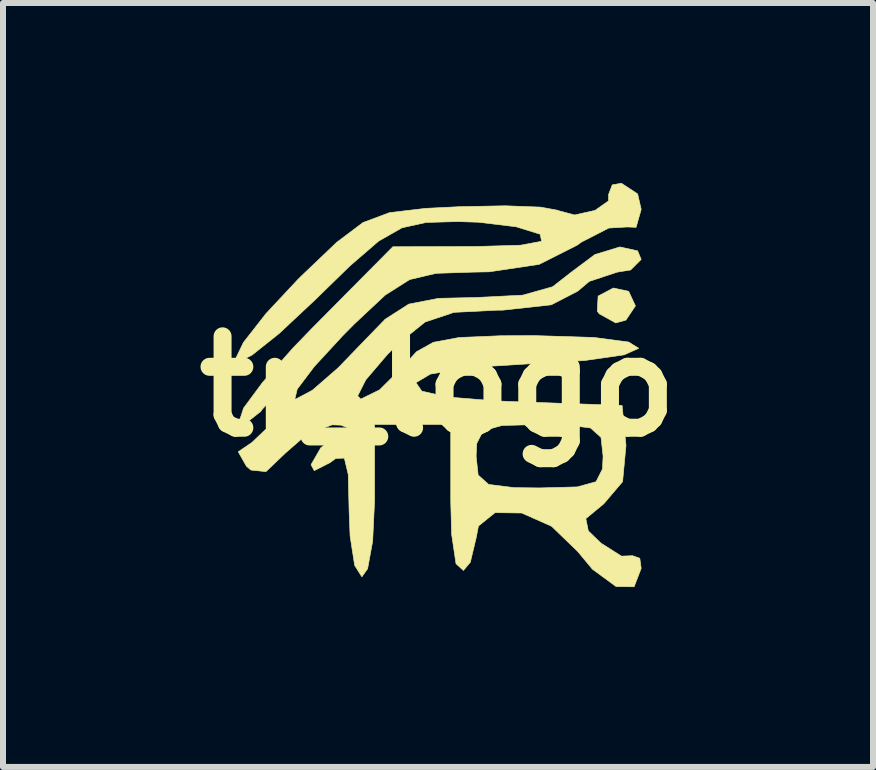
<source format=kicad_pcb>
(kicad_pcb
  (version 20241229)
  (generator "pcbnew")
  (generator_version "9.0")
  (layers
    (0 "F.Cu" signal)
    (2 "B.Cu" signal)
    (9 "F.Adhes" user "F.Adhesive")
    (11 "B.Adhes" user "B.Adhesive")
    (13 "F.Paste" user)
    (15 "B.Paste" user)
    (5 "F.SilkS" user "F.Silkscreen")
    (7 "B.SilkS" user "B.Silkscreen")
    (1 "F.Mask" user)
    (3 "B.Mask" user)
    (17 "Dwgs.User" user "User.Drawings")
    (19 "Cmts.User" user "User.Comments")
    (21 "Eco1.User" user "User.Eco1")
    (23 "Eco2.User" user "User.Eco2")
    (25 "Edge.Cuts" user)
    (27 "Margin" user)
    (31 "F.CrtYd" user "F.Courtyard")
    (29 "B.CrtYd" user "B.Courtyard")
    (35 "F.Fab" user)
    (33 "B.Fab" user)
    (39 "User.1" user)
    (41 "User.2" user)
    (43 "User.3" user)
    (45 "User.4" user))
  (footprint "tr_logo"
    (layer "F.Cu")
    (at 4.253 3.392)
    (property "Reference" "tr_logo" (at 0 0 0) (layer "F.SilkS") (effects (font (size 1.524 1.524) (thickness 0.3))))
    (attr through_hole)
    (fp_poly (pts (xy 3.178 -1.585) (xy 3.291 -1.342) (xy 3.132 -1.105) (xy 2.963 -1.058) (xy 2.687 -1.211) (xy 2.655 -1.255) (xy 2.669 -1.506) (xy 2.923 -1.64) (xy 3.178 -1.585)) (stroke (width 0.01) (type solid)) (fill yes) (layer "F.SilkS"))
    (fp_poly (pts (xy 3.328 -3.209) (xy 3.387 -2.951) (xy 3.302 -2.652) (xy 3.155 -2.658) (xy 2.847 -2.64) (xy 2.393 -2.407) (xy 2.317 -2.353) (xy 1.685 -2.034) (xy 0.851 -1.91) (xy 0.583 -1.905) (xy -0.032 -1.885) (xy -0.473 -1.781) (xy -0.88 -1.523) (xy -1.393 -1.043) (xy -1.587 -0.847) (xy -2.062 -0.332) (xy -2.347 0.045) (xy -2.387 0.21) (xy -2.373 0.212) (xy -2.096 0.065) (xy -1.663 -0.311) (xy -1.351 -0.635) (xy -0.881 -1.12) (xy -0.487 -1.372) (xy 0.008 -1.468) (xy 0.627 -1.482) (xy 1.412 -1.521) (xy 1.91 -1.661) (xy 2.223 -1.905) (xy 2.615 -2.198) (xy 3.031 -2.325) (xy 3.327 -2.26) (xy 3.387 -2.117) (xy 3.211 -1.941) (xy 2.989 -1.905) (xy 2.522 -1.751) (xy 2.328 -1.587) (xy 1.888 -1.36) (xy 1.08 -1.271) (xy 0.968 -1.27) (xy 0.265 -1.234) (xy -0.216 -1.073) (xy -0.672 -0.706) (xy -0.847 -0.529) (xy -1.205 -0.109) (xy -1.34 0.159) (xy -1.289 0.212) (xy -0.975 0.058) (xy -0.603 -0.311) (xy -0.597 -0.318) (xy -0.359 -0.578) (xy -0.078 -0.735) (xy 0.351 -0.815) (xy 1.036 -0.844) (xy 1.603 -0.847) (xy 2.599 -0.816) (xy 3.179 -0.739) (xy 3.346 -0.635) (xy 3.102 -0.526) (xy 2.449 -0.432) (xy 1.552 -0.379) (xy 0.518 -0.314) (xy -0.128 -0.205) (xy -0.368 -0.062) (xy -0.271 0.079) (xy 0.155 0.177) (xy 0.95 0.241) (xy 1.308 0.256) (xy 3.069 0.318) (xy 3.134 0.985) (xy 3.077 1.589) (xy 2.763 1.958) (xy 2.464 2.205) (xy 2.506 2.41) (xy 2.716 2.613) (xy 3.058 2.83) (xy 3.245 2.823) (xy 3.364 2.866) (xy 3.387 3.034) (xy 3.269 3.341) (xy 2.97 3.338) (xy 2.574 3.048) (xy 2.328 2.752) (xy 1.893 2.332) (xy 1.395 2.111) (xy 0.951 2.105) (xy 0.674 2.328) (xy 0.635 2.528) (xy 0.538 2.933) (xy 0.423 3.069) (xy 0.3 2.957) (xy 0.227 2.467) (xy 0.212 1.917) (xy 0.212 1.164) (xy 0.635 1.164) (xy 0.669 1.478) (xy 0.844 1.635) (xy 1.269 1.688) (xy 1.693 1.693) (xy 2.321 1.676) (xy 2.635 1.589) (xy 2.742 1.377) (xy 2.752 1.164) (xy 2.717 0.85) (xy 2.542 0.693) (xy 2.118 0.64) (xy 1.693 0.635) (xy 1.065 0.652) (xy 0.752 0.74) (xy 0.645 0.952) (xy 0.635 1.164) (xy 0.212 1.164) (xy 0.212 0.635) (xy -1.058 0.635) (xy -1.058 1.905) (xy -1.09 2.581) (xy -1.174 3.04) (xy -1.27 3.175) (xy -1.39 2.984) (xy -1.466 2.496) (xy -1.482 2.091) (xy -1.497 1.469) (xy -1.562 1.196) (xy -1.706 1.201) (xy -1.799 1.27) (xy -2.064 1.405) (xy -2.117 1.306) (xy -1.955 1.024) (xy -1.746 0.864) (xy -1.493 0.695) (xy -1.62 0.646) (xy -1.765 0.641) (xy -2.177 0.791) (xy -2.544 1.111) (xy -2.869 1.421) (xy -3.12 1.395) (xy -3.195 1.33) (xy -3.331 1.09) (xy -3.105 0.937) (xy -2.803 0.65) (xy -2.755 0.454) (xy -2.79 0.225) (xy -2.937 0.389) (xy -2.955 0.417) (xy -3.194 0.606) (xy -3.31 0.57) (xy -3.242 0.362) (xy -2.926 -0.065) (xy -2.421 -0.637) (xy -2.111 -0.958) (xy -0.753 -2.328) (xy 0.629 -2.332) (xy 1.377 -2.354) (xy 1.727 -2.419) (xy 1.704 -2.533) (xy 1.693 -2.54) (xy 1.303 -2.661) (xy 0.673 -2.737) (xy 0.323 -2.748) (xy -0.2 -2.733) (xy -0.601 -2.644) (xy -0.989 -2.423) (xy -1.469 -2.009) (xy -2.058 -1.435) (xy -2.649 -0.882) (xy -3.102 -0.521) (xy -3.354 -0.398) (xy -3.387 -0.437) (xy -3.244 -0.733) (xy -2.867 -1.215) (xy -2.334 -1.785) (xy -2.275 -1.843) (xy -1.689 -2.402) (xy -1.252 -2.731) (xy -0.809 -2.897) (xy -0.208 -2.968) (xy 0.357 -2.996) (xy 1.121 -3.011) (xy 1.708 -2.989) (xy 2.002 -2.935) (xy 2.01 -2.929) (xy 2.276 -2.858) (xy 2.618 -2.934) (xy 2.843 -3.093) (xy 2.843 -3.199) (xy 2.905 -3.36) (xy 3.057 -3.387) (xy 3.328 -3.209)) (stroke (width 0.01) (type solid)) (fill yes) (layer "F.SilkS")))
  (gr_rect
    (start -3 -3)
    (end 11.505 9.737)
    (stroke (width 0.1) (type default))
    (fill no)
    (layer "Edge.Cuts")))
</source>
